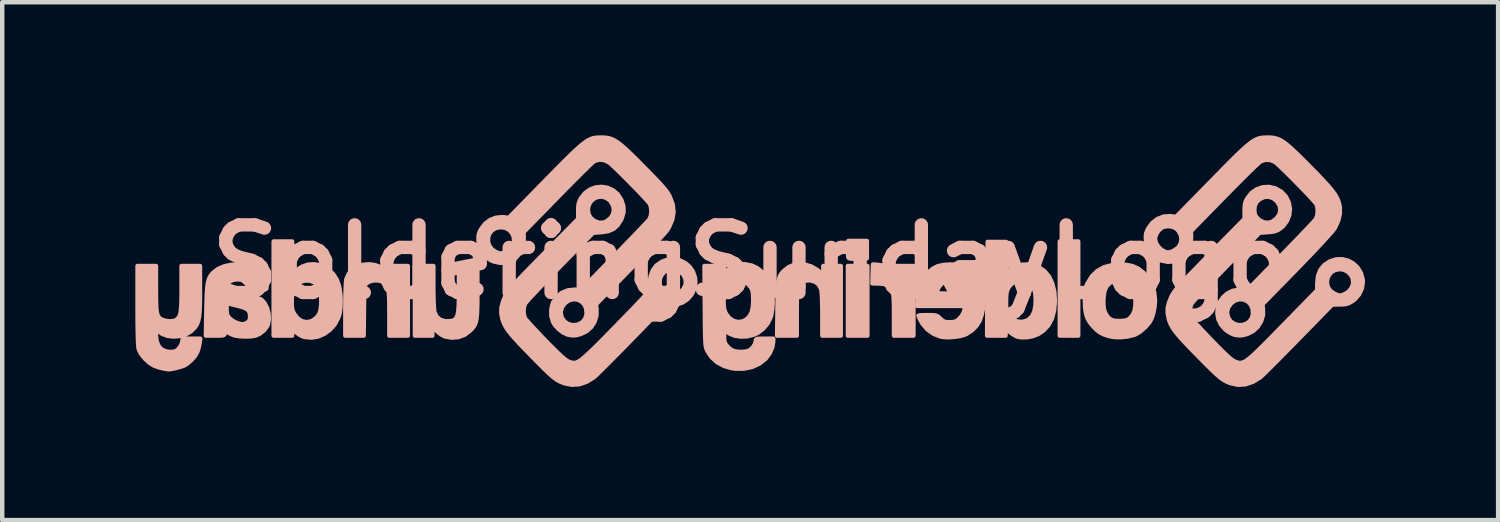
<source format=kicad_pcb>
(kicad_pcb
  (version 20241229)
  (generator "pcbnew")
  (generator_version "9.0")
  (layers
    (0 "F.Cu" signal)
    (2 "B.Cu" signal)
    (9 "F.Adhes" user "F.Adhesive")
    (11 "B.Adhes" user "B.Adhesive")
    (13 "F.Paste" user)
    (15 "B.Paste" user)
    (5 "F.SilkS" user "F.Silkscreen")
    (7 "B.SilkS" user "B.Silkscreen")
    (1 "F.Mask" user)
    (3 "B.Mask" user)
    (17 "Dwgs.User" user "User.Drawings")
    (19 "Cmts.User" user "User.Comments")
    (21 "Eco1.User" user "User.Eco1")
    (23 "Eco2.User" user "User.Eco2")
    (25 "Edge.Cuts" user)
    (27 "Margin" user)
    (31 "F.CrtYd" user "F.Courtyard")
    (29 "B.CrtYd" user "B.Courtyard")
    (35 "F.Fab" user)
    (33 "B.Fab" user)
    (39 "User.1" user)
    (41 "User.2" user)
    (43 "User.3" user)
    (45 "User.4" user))
  (footprint "SolderingSundayLogo"
    (layer "F.Cu")
    (at 13.869 2.853)
    (property "Reference" "SolderingSundayLogo" (at 0 0 0) (layer "B.SilkS") (effects (font (size 1.524 1.524) (thickness 0.3))))
    (attr through_hole)
    (fp_poly (pts (xy 2.63 1.661) (xy 2.411 1.661) (xy 2.192 1.661) (xy 2.192 0.877) (xy 2.192 0.092) (xy 2.411 0.092) (xy 2.63 0.092) (xy 2.63 0.877) (xy 2.63 1.661)) (stroke (width 0.1) (type solid)) (fill yes) (layer "B.SilkS"))
    (fp_poly (pts (xy 7.382 1.661) (xy 7.175 1.661) (xy 6.967 1.661) (xy 6.967 0.6) (xy 6.967 -0.461) (xy 7.175 -0.461) (xy 7.382 -0.461) (xy 7.382 0.6) (xy 7.382 1.661)) (stroke (width 0.1) (type solid)) (fill yes) (layer "B.SilkS"))
    (fp_poly (pts (xy 2.618 -0.081) (xy 2.416 -0.074) (xy 2.313 -0.072) (xy 2.247 -0.076) (xy 2.212 -0.087) (xy 2.202 -0.099) (xy 2.197 -0.137) (xy 2.195 -0.206) (xy 2.196 -0.293) (xy 2.196 -0.302) (xy 2.203 -0.473) (xy 2.411 -0.473) (xy 2.618 -0.473) (xy 2.618 -0.277) (xy 2.618 -0.081)) (stroke (width 0.1) (type solid)) (fill yes) (layer "B.SilkS"))
    (fp_poly (pts (xy 3.668 1.661) (xy 3.449 1.661) (xy 3.23 1.661) (xy 3.23 1.187) (xy 3.229 1.009) (xy 3.226 0.87) (xy 3.219 0.765) (xy 3.207 0.688) (xy 3.188 0.631) (xy 3.161 0.59) (xy 3.125 0.557) (xy 3.084 0.53) (xy 2.995 0.495) (xy 2.877 0.485) (xy 2.744 0.484) (xy 2.75 0.271) (xy 2.757 0.058) (xy 2.826 0.062) (xy 2.947 0.077) (xy 3.041 0.107) (xy 3.128 0.158) (xy 3.149 0.174) (xy 3.253 0.253) (xy 3.253 0.173) (xy 3.253 0.092) (xy 3.46 0.092) (xy 3.668 0.092) (xy 3.668 0.877) (xy 3.668 1.661)) (stroke (width 0.1) (type solid)) (fill yes) (layer "B.SilkS"))
    (fp_poly (pts (xy -7.728 1.661) (xy -7.936 1.661) (xy -8.144 1.661) (xy -8.144 1.151) (xy -8.145 0.961) (xy -8.148 0.812) (xy -8.155 0.698) (xy -8.167 0.612) (xy -8.185 0.55) (xy -8.21 0.506) (xy -8.243 0.474) (xy -8.284 0.449) (xy -8.377 0.419) (xy -8.482 0.415) (xy -8.579 0.435) (xy -8.644 0.471) (xy -8.709 0.527) (xy -8.716 1.094) (xy -8.723 1.661) (xy -8.93 1.661) (xy -9.136 1.661) (xy -9.136 1.067) (xy -9.135 0.884) (xy -9.132 0.721) (xy -9.127 0.582) (xy -9.122 0.474) (xy -9.115 0.404) (xy -9.111 0.385) (xy -9.056 0.265) (xy -8.969 0.171) (xy -8.859 0.104) (xy -8.732 0.064) (xy -8.595 0.054) (xy -8.458 0.074) (xy -8.327 0.126) (xy -8.21 0.211) (xy -8.185 0.236) (xy -8.121 0.305) (xy -8.121 0.199) (xy -8.121 0.092) (xy -7.925 0.092) (xy -7.728 0.092) (xy -7.728 0.877) (xy -7.728 1.661)) (stroke (width 0.1) (type solid)) (fill yes) (layer "B.SilkS"))
    (fp_poly (pts (xy 2.03 1.661) (xy 1.823 1.661) (xy 1.615 1.661) (xy 1.615 1.182) (xy 1.614 1.033) (xy 1.61 0.893) (xy 1.606 0.773) (xy 1.599 0.681) (xy 1.592 0.624) (xy 1.591 0.619) (xy 1.542 0.518) (xy 1.461 0.45) (xy 1.354 0.417) (xy 1.314 0.415) (xy 1.195 0.427) (xy 1.112 0.463) (xy 1.064 0.523) (xy 1.054 0.568) (xy 1.047 0.657) (xy 1.042 0.787) (xy 1.039 0.956) (xy 1.038 1.12) (xy 1.038 1.661) (xy 0.817 1.661) (xy 0.596 1.661) (xy 0.604 1.044) (xy 0.607 0.843) (xy 0.611 0.683) (xy 0.617 0.557) (xy 0.626 0.46) (xy 0.639 0.386) (xy 0.656 0.329) (xy 0.68 0.283) (xy 0.711 0.243) (xy 0.749 0.202) (xy 0.752 0.2) (xy 0.858 0.116) (xy 0.977 0.068) (xy 1.059 0.054) (xy 1.21 0.058) (xy 1.361 0.101) (xy 1.496 0.179) (xy 1.536 0.212) (xy 1.638 0.306) (xy 1.638 0.199) (xy 1.638 0.092) (xy 1.834 0.092) (xy 2.03 0.092) (xy 2.03 0.877) (xy 2.03 1.661)) (stroke (width 0.1) (type solid)) (fill yes) (layer "B.SilkS"))
    (fp_poly (pts (xy -6.16 0.672) (xy -6.16 0.874) (xy -6.163 1.036) (xy -6.168 1.164) (xy -6.177 1.264) (xy -6.191 1.341) (xy -6.212 1.402) (xy -6.24 1.453) (xy -6.276 1.499) (xy -6.321 1.546) (xy -6.446 1.641) (xy -6.589 1.695) (xy -6.745 1.706) (xy -6.898 1.677) (xy -6.959 1.646) (xy -7.031 1.594) (xy -7.076 1.553) (xy -7.175 1.455) (xy -7.175 1.558) (xy -7.175 1.661) (xy -7.371 1.661) (xy -7.567 1.661) (xy -7.567 0.877) (xy -7.567 0.092) (xy -7.359 0.092) (xy -7.152 0.092) (xy -7.152 0.571) (xy -7.15 0.721) (xy -7.147 0.86) (xy -7.142 0.98) (xy -7.136 1.072) (xy -7.129 1.129) (xy -7.128 1.135) (xy -7.079 1.235) (xy -6.998 1.303) (xy -6.891 1.336) (xy -6.848 1.338) (xy -6.772 1.335) (xy -6.712 1.325) (xy -6.665 1.301) (xy -6.63 1.259) (xy -6.605 1.195) (xy -6.589 1.103) (xy -6.58 0.98) (xy -6.576 0.821) (xy -6.575 0.62) (xy -6.575 0.612) (xy -6.575 0.092) (xy -6.367 0.092) (xy -6.16 0.092) (xy -6.16 0.672)) (stroke (width 0.1) (type solid)) (fill yes) (layer "B.SilkS"))
    (fp_poly (pts (xy 6.856 0.874) (xy 6.839 1.09) (xy 6.791 1.274) (xy 6.71 1.426) (xy 6.596 1.548) (xy 6.483 1.624) (xy 6.423 1.648) (xy 6.423 0.877) (xy 6.42 0.766) (xy 6.41 0.685) (xy 6.39 0.621) (xy 6.373 0.586) (xy 6.303 0.496) (xy 6.211 0.439) (xy 6.108 0.416) (xy 6.003 0.428) (xy 5.906 0.472) (xy 5.827 0.551) (xy 5.804 0.588) (xy 5.779 0.648) (xy 5.764 0.715) (xy 5.757 0.806) (xy 5.756 0.89) (xy 5.757 0.993) (xy 5.763 1.064) (xy 5.776 1.117) (xy 5.8 1.164) (xy 5.821 1.197) (xy 5.905 1.289) (xy 6.005 1.342) (xy 6.114 1.354) (xy 6.223 1.324) (xy 6.262 1.303) (xy 6.34 1.228) (xy 6.392 1.124) (xy 6.418 0.986) (xy 6.423 0.877) (xy 6.423 1.648) (xy 6.364 1.671) (xy 6.23 1.697) (xy 6.098 1.7) (xy 6.009 1.684) (xy 5.951 1.656) (xy 5.88 1.609) (xy 5.842 1.579) (xy 5.744 1.496) (xy 5.744 1.578) (xy 5.744 1.661) (xy 5.537 1.661) (xy 5.329 1.661) (xy 5.335 0.606) (xy 5.341 -0.45) (xy 5.548 -0.45) (xy 5.756 -0.45) (xy 5.762 -0.09) (xy 5.769 0.27) (xy 5.85 0.193) (xy 5.969 0.111) (xy 6.11 0.065) (xy 6.263 0.057) (xy 6.33 0.065) (xy 6.486 0.116) (xy 6.617 0.204) (xy 6.721 0.326) (xy 6.796 0.482) (xy 6.842 0.667) (xy 6.856 0.874)) (stroke (width 0.1) (type solid)) (fill yes) (layer "B.SilkS"))
    (fp_poly (pts (xy -9.242 0.877) (xy -9.245 1.003) (xy -9.254 1.099) (xy -9.27 1.179) (xy -9.296 1.257) (xy -9.373 1.404) (xy -9.48 1.526) (xy -9.607 1.619) (xy -9.678 1.65) (xy -9.678 0.877) (xy -9.683 0.735) (xy -9.702 0.629) (xy -9.736 0.551) (xy -9.791 0.49) (xy -9.835 0.459) (xy -9.931 0.423) (xy -10.04 0.419) (xy -10.145 0.447) (xy -10.22 0.496) (xy -10.281 0.573) (xy -10.321 0.668) (xy -10.341 0.791) (xy -10.345 0.9) (xy -10.343 0.999) (xy -10.333 1.07) (xy -10.31 1.131) (xy -10.284 1.179) (xy -10.206 1.277) (xy -10.111 1.338) (xy -10.008 1.359) (xy -9.904 1.338) (xy -9.85 1.309) (xy -9.775 1.248) (xy -9.724 1.176) (xy -9.693 1.085) (xy -9.68 0.965) (xy -9.678 0.877) (xy -9.678 1.65) (xy -9.75 1.681) (xy -9.899 1.706) (xy -10.048 1.692) (xy -10.101 1.676) (xy -10.167 1.642) (xy -10.238 1.59) (xy -10.257 1.573) (xy -10.335 1.498) (xy -10.335 1.58) (xy -10.335 1.661) (xy -10.543 1.661) (xy -10.751 1.661) (xy -10.751 0.6) (xy -10.751 -0.461) (xy -10.543 -0.461) (xy -10.335 -0.461) (xy -10.335 -0.089) (xy -10.335 0.283) (xy -10.235 0.19) (xy -10.112 0.107) (xy -9.972 0.061) (xy -9.823 0.054) (xy -9.676 0.085) (xy -9.54 0.156) (xy -9.533 0.161) (xy -9.416 0.268) (xy -9.33 0.398) (xy -9.274 0.556) (xy -9.246 0.746) (xy -9.242 0.877)) (stroke (width 0.1) (type solid)) (fill yes) (layer "B.SilkS"))
    (fp_poly (pts (xy 9.113 0.877) (xy 9.102 1.018) (xy 9.072 1.163) (xy 9.064 1.19) (xy 9.031 1.283) (xy 8.989 1.358) (xy 8.929 1.431) (xy 8.886 1.476) (xy 8.772 1.575) (xy 8.674 1.632) (xy 8.674 0.883) (xy 8.66 0.716) (xy 8.619 0.586) (xy 8.55 0.493) (xy 8.454 0.436) (xy 8.331 0.415) (xy 8.32 0.415) (xy 8.189 0.43) (xy 8.088 0.476) (xy 8.015 0.556) (xy 7.97 0.67) (xy 7.951 0.822) (xy 7.949 0.877) (xy 7.952 0.987) (xy 7.962 1.066) (xy 7.982 1.131) (xy 8.001 1.17) (xy 8.055 1.253) (xy 8.121 1.304) (xy 8.209 1.329) (xy 8.328 1.332) (xy 8.333 1.332) (xy 8.425 1.325) (xy 8.486 1.31) (xy 8.532 1.283) (xy 8.549 1.268) (xy 8.612 1.194) (xy 8.651 1.104) (xy 8.67 0.987) (xy 8.674 0.883) (xy 8.674 1.632) (xy 8.666 1.636) (xy 8.64 1.646) (xy 8.497 1.681) (xy 8.341 1.697) (xy 8.189 1.693) (xy 8.08 1.673) (xy 7.964 1.635) (xy 7.876 1.592) (xy 7.797 1.532) (xy 7.726 1.461) (xy 7.646 1.364) (xy 7.591 1.267) (xy 7.556 1.157) (xy 7.537 1.024) (xy 7.532 0.865) (xy 7.534 0.747) (xy 7.538 0.663) (xy 7.549 0.598) (xy 7.568 0.54) (xy 7.593 0.484) (xy 7.69 0.326) (xy 7.815 0.204) (xy 7.968 0.119) (xy 8.148 0.072) (xy 8.305 0.06) (xy 8.474 0.068) (xy 8.611 0.097) (xy 8.729 0.15) (xy 8.84 0.233) (xy 8.885 0.277) (xy 8.96 0.357) (xy 9.01 0.429) (xy 9.046 0.51) (xy 9.064 0.564) (xy 9.097 0.705) (xy 9.112 0.85) (xy 9.113 0.877)) (stroke (width 0.1) (type solid)) (fill yes) (layer "B.SilkS"))
    (fp_poly (pts (xy 5.253 0.877) (xy 5.238 1.032) (xy 5.208 1.186) (xy 5.164 1.318) (xy 5.164 1.319) (xy 5.092 1.436) (xy 4.989 1.541) (xy 4.867 1.621) (xy 4.825 1.639) (xy 4.825 0.715) (xy 4.809 0.663) (xy 4.755 0.548) (xy 4.676 0.461) (xy 4.579 0.407) (xy 4.494 0.392) (xy 4.417 0.411) (xy 4.338 0.461) (xy 4.267 0.53) (xy 4.217 0.606) (xy 4.199 0.675) (xy 4.203 0.691) (xy 4.219 0.702) (xy 4.255 0.709) (xy 4.319 0.713) (xy 4.415 0.715) (xy 4.512 0.715) (xy 4.825 0.715) (xy 4.825 1.639) (xy 4.803 1.648) (xy 4.698 1.675) (xy 4.572 1.691) (xy 4.445 1.698) (xy 4.333 1.692) (xy 4.284 1.683) (xy 4.122 1.62) (xy 3.982 1.521) (xy 3.873 1.393) (xy 3.84 1.335) (xy 3.808 1.271) (xy 3.788 1.226) (xy 3.783 1.212) (xy 3.805 1.206) (xy 3.862 1.202) (xy 3.944 1.2) (xy 3.989 1.2) (xy 4.087 1.2) (xy 4.152 1.205) (xy 4.196 1.216) (xy 4.23 1.238) (xy 4.269 1.275) (xy 4.275 1.28) (xy 4.328 1.328) (xy 4.376 1.352) (xy 4.439 1.36) (xy 4.483 1.361) (xy 4.569 1.356) (xy 4.629 1.338) (xy 4.682 1.301) (xy 4.763 1.213) (xy 4.811 1.117) (xy 4.822 1.051) (xy 4.822 0.992) (xy 4.288 0.992) (xy 3.754 0.992) (xy 3.769 0.825) (xy 3.799 0.624) (xy 3.853 0.459) (xy 3.931 0.322) (xy 4 0.242) (xy 4.104 0.155) (xy 4.214 0.098) (xy 4.344 0.068) (xy 4.505 0.058) (xy 4.51 0.058) (xy 4.703 0.079) (xy 4.87 0.136) (xy 5.009 0.23) (xy 5.119 0.359) (xy 5.198 0.521) (xy 5.245 0.716) (xy 5.248 0.741) (xy 5.253 0.877)) (stroke (width 0.1) (type solid)) (fill yes) (layer "B.SilkS"))
    (fp_poly (pts (xy -12.406 1.73) (xy -12.423 1.84) (xy -12.44 1.927) (xy -12.465 2.01) (xy -12.473 2.03) (xy -12.525 2.119) (xy -12.605 2.212) (xy -12.697 2.291) (xy -12.758 2.33) (xy -12.813 2.352) (xy -12.891 2.375) (xy -12.977 2.397) (xy -13.055 2.413) (xy -13.112 2.42) (xy -13.125 2.42) (xy -13.154 2.415) (xy -13.212 2.405) (xy -13.248 2.398) (xy -13.341 2.376) (xy -13.437 2.341) (xy -13.461 2.33) (xy -13.555 2.27) (xy -13.648 2.184) (xy -13.728 2.088) (xy -13.782 1.993) (xy -13.791 1.966) (xy -13.8 1.92) (xy -13.806 1.838) (xy -13.811 1.72) (xy -13.815 1.562) (xy -13.818 1.363) (xy -13.819 1.121) (xy -13.819 0.984) (xy -13.819 0.092) (xy -13.611 0.092) (xy -13.404 0.092) (xy -13.404 0.612) (xy -13.403 0.799) (xy -13.4 0.945) (xy -13.394 1.057) (xy -13.384 1.14) (xy -13.368 1.2) (xy -13.346 1.242) (xy -13.316 1.273) (xy -13.276 1.298) (xy -13.266 1.303) (xy -13.201 1.324) (xy -13.118 1.337) (xy -13.085 1.338) (xy -13.004 1.332) (xy -12.949 1.31) (xy -12.914 1.28) (xy -12.888 1.249) (xy -12.867 1.211) (xy -12.852 1.159) (xy -12.841 1.089) (xy -12.834 0.994) (xy -12.829 0.869) (xy -12.827 0.708) (xy -12.827 0.55) (xy -12.827 0.092) (xy -12.619 0.092) (xy -12.412 0.092) (xy -12.412 0.642) (xy -12.412 0.843) (xy -12.416 1.004) (xy -12.422 1.131) (xy -12.432 1.231) (xy -12.448 1.31) (xy -12.468 1.374) (xy -12.496 1.429) (xy -12.526 1.475) (xy -12.616 1.565) (xy -12.733 1.631) (xy -12.867 1.67) (xy -13.008 1.682) (xy -13.143 1.666) (xy -13.264 1.62) (xy -13.332 1.571) (xy -13.404 1.504) (xy -13.404 1.641) (xy -13.389 1.789) (xy -13.344 1.901) (xy -13.269 1.979) (xy -13.164 2.021) (xy -13.073 2.03) (xy -12.995 2.024) (xy -12.94 2.002) (xy -12.896 1.964) (xy -12.848 1.898) (xy -12.816 1.824) (xy -12.814 1.814) (xy -12.799 1.73) (xy -12.603 1.73) (xy -12.406 1.73)) (stroke (width 0.1) (type solid)) (fill yes) (layer "B.SilkS"))
    (fp_poly (pts (xy -10.86 1.287) (xy -10.879 1.403) (xy -10.897 1.447) (xy -10.969 1.543) (xy -11.069 1.62) (xy -11.161 1.66) (xy -11.256 1.676) (xy -11.282 1.677) (xy -11.282 1.23) (xy -11.288 1.156) (xy -11.312 1.1) (xy -11.36 1.057) (xy -11.44 1.022) (xy -11.557 0.99) (xy -11.583 0.983) (xy -11.666 0.963) (xy -11.735 0.945) (xy -11.771 0.933) (xy -11.794 0.93) (xy -11.806 0.947) (xy -11.811 0.994) (xy -11.812 1.058) (xy -11.809 1.143) (xy -11.796 1.2) (xy -11.768 1.247) (xy -11.748 1.269) (xy -11.675 1.329) (xy -11.579 1.377) (xy -11.485 1.404) (xy -11.458 1.406) (xy -11.405 1.396) (xy -11.366 1.381) (xy -11.311 1.342) (xy -11.286 1.291) (xy -11.282 1.23) (xy -11.282 1.677) (xy -11.375 1.682) (xy -11.498 1.677) (xy -11.606 1.662) (xy -11.66 1.648) (xy -11.729 1.617) (xy -11.784 1.584) (xy -11.792 1.577) (xy -11.822 1.555) (xy -11.838 1.568) (xy -11.848 1.601) (xy -11.857 1.629) (xy -11.873 1.647) (xy -11.905 1.657) (xy -11.963 1.66) (xy -12.057 1.661) (xy -12.07 1.661) (xy -12.278 1.661) (xy -12.268 1.09) (xy -12.263 0.888) (xy -12.258 0.725) (xy -12.249 0.597) (xy -12.237 0.498) (xy -12.22 0.42) (xy -12.198 0.359) (xy -12.168 0.308) (xy -12.131 0.261) (xy -12.117 0.246) (xy -12.005 0.16) (xy -11.866 0.1) (xy -11.71 0.066) (xy -11.545 0.058) (xy -11.384 0.076) (xy -11.234 0.12) (xy -11.108 0.191) (xy -11.056 0.236) (xy -10.994 0.32) (xy -10.944 0.423) (xy -10.916 0.526) (xy -10.912 0.568) (xy -10.914 0.595) (xy -10.927 0.611) (xy -10.959 0.619) (xy -11.02 0.622) (xy -11.108 0.623) (xy -11.205 0.622) (xy -11.265 0.617) (xy -11.295 0.606) (xy -11.304 0.589) (xy -11.304 0.586) (xy -11.32 0.549) (xy -11.359 0.496) (xy -11.383 0.471) (xy -11.439 0.421) (xy -11.492 0.398) (xy -11.565 0.392) (xy -11.575 0.392) (xy -11.675 0.407) (xy -11.753 0.449) (xy -11.801 0.509) (xy -11.812 0.561) (xy -11.802 0.612) (xy -11.768 0.648) (xy -11.703 0.675) (xy -11.613 0.695) (xy -11.42 0.732) (xy -11.259 0.769) (xy -11.135 0.805) (xy -11.052 0.839) (xy -11.029 0.852) (xy -10.956 0.93) (xy -10.901 1.037) (xy -10.868 1.161) (xy -10.86 1.287)) (stroke (width 0.1) (type solid)) (fill yes) (layer "B.SilkS"))
    (fp_poly (pts (xy 0.508 1.795) (xy 0.488 1.92) (xy 0.433 2.048) (xy 0.349 2.166) (xy 0.324 2.193) (xy 0.189 2.296) (xy 0.028 2.368) (xy -0.152 2.405) (xy -0.341 2.406) (xy -0.412 2.397) (xy -0.596 2.346) (xy -0.754 2.262) (xy -0.882 2.147) (xy -0.972 2.012) (xy -0.986 1.984) (xy -0.997 1.956) (xy -1.006 1.923) (xy -1.013 1.882) (xy -1.019 1.826) (xy -1.023 1.751) (xy -1.026 1.653) (xy -1.029 1.527) (xy -1.031 1.368) (xy -1.032 1.171) (xy -1.034 0.998) (xy -1.041 0.092) (xy -0.82 0.092) (xy -0.6 0.092) (xy -0.6 0.178) (xy -0.6 0.263) (xy -0.525 0.19) (xy -0.407 0.102) (xy -0.276 0.056) (xy -0.129 0.052) (xy 0.023 0.083) (xy 0.141 0.138) (xy 0.256 0.226) (xy 0.357 0.337) (xy 0.432 0.459) (xy 0.452 0.508) (xy 0.479 0.623) (xy 0.493 0.766) (xy 0.495 0.921) (xy 0.485 1.072) (xy 0.463 1.203) (xy 0.451 1.245) (xy 0.383 1.383) (xy 0.281 1.505) (xy 0.158 1.599) (xy 0.077 1.637) (xy 0.058 1.642) (xy 0.058 0.865) (xy 0.055 0.754) (xy 0.047 0.676) (xy 0.031 0.618) (xy 0.011 0.577) (xy -0.062 0.493) (xy -0.157 0.44) (xy -0.264 0.418) (xy -0.37 0.431) (xy -0.465 0.479) (xy -0.485 0.497) (xy -0.546 0.573) (xy -0.586 0.669) (xy -0.606 0.793) (xy -0.61 0.9) (xy -0.607 1.002) (xy -0.595 1.076) (xy -0.571 1.141) (xy -0.553 1.174) (xy -0.478 1.27) (xy -0.383 1.331) (xy -0.279 1.356) (xy -0.174 1.34) (xy -0.096 1.298) (xy -0.023 1.225) (xy 0.025 1.13) (xy 0.051 1.005) (xy 0.058 0.865) (xy 0.058 1.642) (xy -0.073 1.676) (xy -0.225 1.683) (xy -0.367 1.66) (xy -0.489 1.608) (xy -0.548 1.564) (xy -0.6 1.515) (xy -0.6 1.667) (xy -0.597 1.756) (xy -0.586 1.815) (xy -0.562 1.862) (xy -0.539 1.891) (xy -0.482 1.947) (xy -0.421 1.992) (xy -0.414 1.996) (xy -0.335 2.02) (xy -0.235 2.029) (xy -0.133 2.024) (xy -0.048 2.004) (xy -0.024 1.992) (xy 0.044 1.935) (xy 0.094 1.859) (xy 0.115 1.783) (xy 0.115 1.779) (xy 0.119 1.755) (xy 0.134 1.741) (xy 0.171 1.733) (xy 0.239 1.731) (xy 0.311 1.73) (xy 0.508 1.73) (xy 0.508 1.795)) (stroke (width 0.1) (type solid)) (fill yes) (layer "B.SilkS"))
    (fp_poly (pts (xy 13.279 -1.09) (xy 13.244 -0.935) (xy 13.175 -0.783) (xy 13.153 -0.746) (xy 13.119 -0.702) (xy 13.056 -0.629) (xy 12.968 -0.532) (xy 12.859 -0.413) (xy 12.732 -0.277) (xy 12.591 -0.129) (xy 12.439 0.029) (xy 12.299 0.173) (xy 11.532 0.957) (xy 11.546 1.056) (xy 11.546 1.2) (xy 11.505 1.337) (xy 11.43 1.459) (xy 11.326 1.557) (xy 11.32 1.56) (xy 11.32 1.161) (xy 11.311 1.047) (xy 11.267 0.954) (xy 11.197 0.886) (xy 11.109 0.847) (xy 11.012 0.84) (xy 10.913 0.871) (xy 10.829 0.932) (xy 10.76 1.029) (xy 10.735 1.134) (xy 10.756 1.245) (xy 10.759 1.253) (xy 10.818 1.342) (xy 10.904 1.4) (xy 11.003 1.427) (xy 11.107 1.419) (xy 11.203 1.375) (xy 11.24 1.343) (xy 11.291 1.279) (xy 11.315 1.204) (xy 11.32 1.161) (xy 11.32 1.56) (xy 11.198 1.621) (xy 11.186 1.625) (xy 11.091 1.65) (xy 11.016 1.657) (xy 10.94 1.647) (xy 10.885 1.634) (xy 10.818 1.605) (xy 10.741 1.557) (xy 10.703 1.528) (xy 10.603 1.416) (xy 10.542 1.292) (xy 10.518 1.163) (xy 10.528 1.034) (xy 10.57 0.913) (xy 10.641 0.805) (xy 10.737 0.717) (xy 10.857 0.655) (xy 10.998 0.626) (xy 11.086 0.627) (xy 11.195 0.635) (xy 11.946 -0.133) (xy 12.101 -0.291) (xy 12.246 -0.441) (xy 12.379 -0.579) (xy 12.496 -0.701) (xy 12.594 -0.805) (xy 12.67 -0.886) (xy 12.72 -0.94) (xy 12.739 -0.964) (xy 12.767 -1.037) (xy 12.78 -1.132) (xy 12.775 -1.227) (xy 12.754 -1.299) (xy 12.727 -1.335) (xy 12.673 -1.397) (xy 12.597 -1.48) (xy 12.503 -1.579) (xy 12.399 -1.687) (xy 12.288 -1.8) (xy 12.178 -1.912) (xy 12.072 -2.017) (xy 11.977 -2.109) (xy 11.898 -2.184) (xy 11.84 -2.235) (xy 11.815 -2.255) (xy 11.703 -2.299) (xy 11.588 -2.3) (xy 11.495 -2.267) (xy 11.464 -2.242) (xy 11.405 -2.188) (xy 11.32 -2.108) (xy 11.215 -2.005) (xy 11.091 -1.883) (xy 10.953 -1.745) (xy 10.805 -1.595) (xy 10.673 -1.46) (xy 9.923 -0.694) (xy 9.926 -0.547) (xy 9.908 -0.39) (xy 9.855 -0.255) (xy 9.772 -0.145) (xy 9.71 -0.097) (xy 9.71 -0.509) (xy 9.693 -0.611) (xy 9.638 -0.706) (xy 9.583 -0.759) (xy 9.505 -0.795) (xy 9.408 -0.807) (xy 9.311 -0.793) (xy 9.275 -0.778) (xy 9.207 -0.724) (xy 9.15 -0.644) (xy 9.117 -0.557) (xy 9.113 -0.519) (xy 9.133 -0.429) (xy 9.187 -0.34) (xy 9.263 -0.268) (xy 9.298 -0.248) (xy 9.365 -0.218) (xy 9.419 -0.211) (xy 9.478 -0.226) (xy 9.542 -0.255) (xy 9.634 -0.321) (xy 9.69 -0.409) (xy 9.71 -0.509) (xy 9.71 -0.097) (xy 9.665 -0.063) (xy 9.54 -0.015) (xy 9.402 -0.002) (xy 9.258 -0.031) (xy 9.18 -0.063) (xy 9.056 -0.145) (xy 8.972 -0.245) (xy 8.924 -0.371) (xy 8.909 -0.484) (xy 8.906 -0.576) (xy 8.914 -0.644) (xy 8.937 -0.706) (xy 8.963 -0.758) (xy 9.053 -0.879) (xy 9.17 -0.968) (xy 9.305 -1.02) (xy 9.45 -1.032) (xy 9.48 -1.029) (xy 9.589 -1.015) (xy 10.387 -1.829) (xy 10.587 -2.033) (xy 10.758 -2.207) (xy 10.903 -2.352) (xy 11.026 -2.471) (xy 11.13 -2.568) (xy 11.219 -2.643) (xy 11.294 -2.701) (xy 11.36 -2.742) (xy 11.419 -2.771) (xy 11.476 -2.789) (xy 11.533 -2.798) (xy 11.594 -2.802) (xy 11.65 -2.803) (xy 11.729 -2.801) (xy 11.801 -2.792) (xy 11.869 -2.773) (xy 11.939 -2.743) (xy 12.014 -2.696) (xy 12.099 -2.631) (xy 12.199 -2.544) (xy 12.317 -2.432) (xy 12.459 -2.293) (xy 12.613 -2.138) (xy 12.778 -1.97) (xy 12.912 -1.828) (xy 13.02 -1.71) (xy 13.103 -1.61) (xy 13.167 -1.523) (xy 13.212 -1.446) (xy 13.244 -1.373) (xy 13.265 -1.301) (xy 13.278 -1.236) (xy 13.279 -1.09)) (stroke (width 0.1) (type solid)) (fill yes) (layer "B.SilkS"))
    (fp_poly (pts (xy -1.739 -1.123) (xy -1.767 -0.955) (xy -1.84 -0.785) (xy -1.891 -0.705) (xy -1.92 -0.669) (xy -1.979 -0.604) (xy -2.062 -0.514) (xy -2.168 -0.401) (xy -2.291 -0.271) (xy -2.43 -0.127) (xy -2.579 0.028) (xy -2.722 0.174) (xy -3.488 0.957) (xy -3.474 1.062) (xy -3.476 1.21) (xy -3.518 1.348) (xy -3.596 1.469) (xy -3.698 1.56) (xy -3.698 1.161) (xy -3.708 1.047) (xy -3.751 0.954) (xy -3.821 0.886) (xy -3.909 0.847) (xy -4.007 0.84) (xy -4.106 0.871) (xy -4.19 0.932) (xy -4.259 1.029) (xy -4.283 1.134) (xy -4.263 1.245) (xy -4.26 1.253) (xy -4.2 1.342) (xy -4.115 1.4) (xy -4.015 1.427) (xy -3.911 1.419) (xy -3.815 1.375) (xy -3.778 1.343) (xy -3.728 1.279) (xy -3.704 1.204) (xy -3.698 1.161) (xy -3.698 1.56) (xy -3.702 1.564) (xy -3.833 1.625) (xy -3.928 1.65) (xy -4.002 1.657) (xy -4.078 1.647) (xy -4.133 1.634) (xy -4.227 1.591) (xy -4.322 1.519) (xy -4.405 1.431) (xy -4.455 1.351) (xy -4.492 1.221) (xy -4.494 1.078) (xy -4.463 0.942) (xy -4.45 0.91) (xy -4.368 0.788) (xy -4.256 0.697) (xy -4.12 0.642) (xy -3.967 0.625) (xy -3.932 0.627) (xy -3.823 0.635) (xy -3.072 -0.134) (xy -2.917 -0.292) (xy -2.772 -0.442) (xy -2.639 -0.58) (xy -2.522 -0.702) (xy -2.424 -0.806) (xy -2.348 -0.886) (xy -2.298 -0.941) (xy -2.279 -0.965) (xy -2.249 -1.041) (xy -2.238 -1.138) (xy -2.246 -1.234) (xy -2.273 -1.311) (xy -2.276 -1.316) (xy -2.31 -1.357) (xy -2.37 -1.424) (xy -2.453 -1.512) (xy -2.55 -1.615) (xy -2.658 -1.725) (xy -2.77 -1.839) (xy -2.88 -1.949) (xy -2.983 -2.05) (xy -3.072 -2.136) (xy -3.142 -2.202) (xy -3.187 -2.24) (xy -3.192 -2.244) (xy -3.298 -2.294) (xy -3.408 -2.306) (xy -3.511 -2.279) (xy -3.537 -2.264) (xy -3.566 -2.239) (xy -3.624 -2.184) (xy -3.707 -2.103) (xy -3.812 -2) (xy -3.934 -1.877) (xy -4.072 -1.739) (xy -4.22 -1.589) (xy -4.36 -1.446) (xy -5.118 -0.671) (xy -5.116 -0.524) (xy -5.133 -0.367) (xy -5.186 -0.232) (xy -5.269 -0.121) (xy -5.332 -0.074) (xy -5.332 -0.473) (xy -5.341 -0.568) (xy -5.38 -0.654) (xy -5.445 -0.725) (xy -5.536 -0.771) (xy -5.629 -0.784) (xy -5.74 -0.766) (xy -5.826 -0.716) (xy -5.886 -0.642) (xy -5.918 -0.554) (xy -5.921 -0.459) (xy -5.893 -0.367) (xy -5.833 -0.284) (xy -5.739 -0.22) (xy -5.733 -0.217) (xy -5.668 -0.193) (xy -5.614 -0.189) (xy -5.553 -0.208) (xy -5.5 -0.232) (xy -5.409 -0.297) (xy -5.354 -0.38) (xy -5.332 -0.473) (xy -5.332 -0.074) (xy -5.376 -0.04) (xy -5.502 0.008) (xy -5.639 0.021) (xy -5.784 -0.008) (xy -5.861 -0.04) (xy -5.985 -0.122) (xy -6.069 -0.222) (xy -6.118 -0.348) (xy -6.133 -0.46) (xy -6.135 -0.553) (xy -6.127 -0.621) (xy -6.105 -0.683) (xy -6.078 -0.735) (xy -5.989 -0.856) (xy -5.872 -0.945) (xy -5.737 -0.997) (xy -5.592 -1.009) (xy -5.562 -1.006) (xy -5.453 -0.992) (xy -4.644 -1.818) (xy -4.443 -2.023) (xy -4.27 -2.198) (xy -4.123 -2.344) (xy -3.999 -2.465) (xy -3.894 -2.562) (xy -3.805 -2.639) (xy -3.73 -2.697) (xy -3.663 -2.74) (xy -3.603 -2.769) (xy -3.547 -2.788) (xy -3.49 -2.798) (xy -3.431 -2.802) (xy -3.368 -2.803) (xy -3.289 -2.801) (xy -3.217 -2.792) (xy -3.149 -2.773) (xy -3.079 -2.742) (xy -3.003 -2.695) (xy -2.918 -2.63) (xy -2.818 -2.543) (xy -2.699 -2.431) (xy -2.557 -2.291) (xy -2.405 -2.137) (xy -2.258 -1.988) (xy -2.14 -1.867) (xy -2.048 -1.769) (xy -1.976 -1.689) (xy -1.922 -1.624) (xy -1.88 -1.568) (xy -1.848 -1.517) (xy -1.821 -1.466) (xy -1.821 -1.465) (xy -1.757 -1.293) (xy -1.739 -1.123)) (stroke (width 0.1) (type solid)) (fill yes) (layer "B.SilkS"))
    (fp_poly (pts (xy 13.796 0.458) (xy 13.774 0.598) (xy 13.713 0.73) (xy 13.619 0.84) (xy 13.578 0.87) (xy 13.578 0.499) (xy 13.576 0.395) (xy 13.535 0.3) (xy 13.464 0.224) (xy 13.37 0.175) (xy 13.28 0.162) (xy 13.172 0.18) (xy 13.087 0.231) (xy 13.026 0.306) (xy 12.993 0.394) (xy 12.988 0.489) (xy 13.014 0.581) (xy 13.073 0.661) (xy 13.157 0.716) (xy 13.219 0.744) (xy 13.258 0.757) (xy 13.293 0.756) (xy 13.343 0.743) (xy 13.362 0.737) (xy 13.454 0.69) (xy 13.529 0.611) (xy 13.574 0.515) (xy 13.578 0.499) (xy 13.578 0.87) (xy 13.554 0.888) (xy 13.486 0.926) (xy 13.424 0.947) (xy 13.349 0.957) (xy 13.274 0.959) (xy 13.107 0.96) (xy 12.336 1.75) (xy 12.179 1.91) (xy 12.029 2.062) (xy 11.89 2.203) (xy 11.766 2.327) (xy 11.66 2.433) (xy 11.575 2.516) (xy 11.516 2.572) (xy 11.486 2.599) (xy 11.32 2.701) (xy 11.152 2.758) (xy 10.983 2.769) (xy 10.814 2.733) (xy 10.725 2.696) (xy 10.676 2.669) (xy 10.624 2.636) (xy 10.566 2.591) (xy 10.497 2.531) (xy 10.412 2.451) (xy 10.307 2.348) (xy 10.176 2.217) (xy 10.12 2.16) (xy 9.954 1.991) (xy 9.819 1.85) (xy 9.71 1.733) (xy 9.624 1.634) (xy 9.558 1.551) (xy 9.508 1.479) (xy 9.472 1.413) (xy 9.445 1.35) (xy 9.424 1.285) (xy 9.424 1.284) (xy 9.399 1.155) (xy 9.4 1.037) (xy 9.429 0.915) (xy 9.483 0.785) (xy 9.5 0.751) (xy 9.52 0.717) (xy 9.545 0.679) (xy 9.577 0.636) (xy 9.62 0.584) (xy 9.675 0.522) (xy 9.745 0.445) (xy 9.833 0.353) (xy 9.94 0.241) (xy 10.069 0.109) (xy 10.222 -0.048) (xy 10.402 -0.231) (xy 10.611 -0.443) (xy 10.704 -0.537) (xy 11.131 -0.969) (xy 11.131 -1.148) (xy 11.134 -1.248) (xy 11.144 -1.319) (xy 11.165 -1.379) (xy 11.196 -1.437) (xy 11.289 -1.554) (xy 11.407 -1.636) (xy 11.54 -1.682) (xy 11.68 -1.69) (xy 11.82 -1.659) (xy 11.952 -1.586) (xy 11.955 -1.584) (xy 12.06 -1.476) (xy 12.126 -1.343) (xy 12.153 -1.201) (xy 12.14 -1.06) (xy 12.087 -0.925) (xy 12.001 -0.808) (xy 11.938 -0.756) (xy 11.938 -1.161) (xy 11.924 -1.261) (xy 11.919 -1.274) (xy 11.855 -1.375) (xy 11.769 -1.441) (xy 11.67 -1.471) (xy 11.567 -1.462) (xy 11.469 -1.415) (xy 11.399 -1.347) (xy 11.363 -1.271) (xy 11.35 -1.176) (xy 11.36 -1.082) (xy 11.388 -1.018) (xy 11.464 -0.941) (xy 11.558 -0.894) (xy 11.658 -0.879) (xy 11.75 -0.902) (xy 11.75 -0.903) (xy 11.847 -0.973) (xy 11.911 -1.062) (xy 11.938 -1.161) (xy 11.938 -0.756) (xy 11.932 -0.751) (xy 11.871 -0.713) (xy 11.81 -0.69) (xy 11.731 -0.677) (xy 11.65 -0.67) (xy 11.467 -0.657) (xy 10.718 0.109) (xy 10.564 0.267) (xy 10.419 0.417) (xy 10.287 0.556) (xy 10.17 0.679) (xy 10.073 0.783) (xy 9.999 0.865) (xy 9.95 0.92) (xy 9.932 0.944) (xy 9.903 1.04) (xy 9.9 1.149) (xy 9.924 1.249) (xy 9.94 1.28) (xy 9.968 1.316) (xy 10.023 1.378) (xy 10.101 1.463) (xy 10.196 1.565) (xy 10.305 1.679) (xy 10.402 1.78) (xy 10.539 1.92) (xy 10.649 2.03) (xy 10.737 2.114) (xy 10.805 2.174) (xy 10.86 2.216) (xy 10.904 2.242) (xy 10.924 2.251) (xy 10.967 2.266) (xy 11.007 2.276) (xy 11.047 2.278) (xy 11.089 2.269) (xy 11.137 2.248) (xy 11.193 2.211) (xy 11.262 2.157) (xy 11.345 2.083) (xy 11.447 1.986) (xy 11.569 1.865) (xy 11.716 1.717) (xy 11.89 1.54) (xy 12.001 1.426) (xy 12.769 0.641) (xy 12.77 0.476) (xy 12.788 0.313) (xy 12.84 0.18) (xy 12.928 0.073) (xy 13.051 -0.009) (xy 13.19 -0.056) (xy 13.329 -0.061) (xy 13.461 -0.029) (xy 13.58 0.035) (xy 13.679 0.129) (xy 13.752 0.247) (xy 13.791 0.385) (xy 13.796 0.458)) (stroke (width 0.1) (type solid)) (fill yes) (layer "B.SilkS"))
    (fp_poly (pts (xy -1.246 0.455) (xy -1.268 0.6) (xy -1.328 0.729) (xy -1.42 0.836) (xy -1.464 0.866) (xy -1.464 0.499) (xy -1.466 0.395) (xy -1.506 0.3) (xy -1.577 0.224) (xy -1.672 0.175) (xy -1.761 0.162) (xy -1.87 0.18) (xy -1.955 0.231) (xy -2.015 0.306) (xy -2.049 0.394) (xy -2.053 0.489) (xy -2.027 0.581) (xy -1.968 0.661) (xy -1.884 0.716) (xy -1.822 0.744) (xy -1.783 0.757) (xy -1.749 0.756) (xy -1.699 0.743) (xy -1.68 0.737) (xy -1.588 0.69) (xy -1.513 0.611) (xy -1.468 0.515) (xy -1.464 0.499) (xy -1.464 0.866) (xy -1.537 0.915) (xy -1.672 0.959) (xy -1.788 0.965) (xy -1.91 0.957) (xy -2.683 1.749) (xy -2.84 1.91) (xy -2.99 2.062) (xy -3.129 2.203) (xy -3.253 2.327) (xy -3.359 2.433) (xy -3.444 2.516) (xy -3.503 2.573) (xy -3.533 2.599) (xy -3.699 2.702) (xy -3.867 2.758) (xy -4.036 2.768) (xy -4.207 2.732) (xy -4.291 2.698) (xy -4.339 2.674) (xy -4.386 2.644) (xy -4.438 2.606) (xy -4.499 2.554) (xy -4.574 2.485) (xy -4.667 2.395) (xy -4.783 2.279) (xy -4.921 2.139) (xy -5.083 1.973) (xy -5.215 1.835) (xy -5.321 1.72) (xy -5.404 1.623) (xy -5.468 1.541) (xy -5.516 1.469) (xy -5.552 1.403) (xy -5.578 1.338) (xy -5.596 1.283) (xy -5.621 1.152) (xy -5.616 1.026) (xy -5.58 0.892) (xy -5.536 0.788) (xy -5.519 0.753) (xy -5.499 0.718) (xy -5.474 0.68) (xy -5.441 0.637) (xy -5.398 0.584) (xy -5.343 0.521) (xy -5.273 0.444) (xy -5.185 0.351) (xy -5.078 0.24) (xy -4.948 0.106) (xy -4.794 -0.051) (xy -4.613 -0.235) (xy -4.403 -0.448) (xy -4.326 -0.525) (xy -3.887 -0.969) (xy -3.887 -1.148) (xy -3.885 -1.248) (xy -3.875 -1.319) (xy -3.853 -1.379) (xy -3.823 -1.437) (xy -3.731 -1.552) (xy -3.618 -1.633) (xy -3.491 -1.679) (xy -3.358 -1.691) (xy -3.226 -1.67) (xy -3.104 -1.614) (xy -2.999 -1.526) (xy -2.919 -1.404) (xy -2.917 -1.4) (xy -2.869 -1.257) (xy -2.865 -1.121) (xy -2.906 -0.984) (xy -2.925 -0.943) (xy -3.002 -0.825) (xy -3.083 -0.754) (xy -3.083 -1.173) (xy -3.102 -1.276) (xy -3.162 -1.373) (xy -3.181 -1.393) (xy -3.272 -1.453) (xy -3.37 -1.473) (xy -3.467 -1.459) (xy -3.554 -1.413) (xy -3.622 -1.339) (xy -3.662 -1.243) (xy -3.668 -1.179) (xy -3.653 -1.07) (xy -3.603 -0.986) (xy -3.521 -0.921) (xy -3.417 -0.881) (xy -3.312 -0.887) (xy -3.257 -0.909) (xy -3.162 -0.98) (xy -3.104 -1.071) (xy -3.083 -1.173) (xy -3.083 -0.754) (xy -3.094 -0.744) (xy -3.21 -0.694) (xy -3.359 -0.67) (xy -3.368 -0.67) (xy -3.552 -0.657) (xy -4.3 0.107) (xy -4.454 0.265) (xy -4.599 0.415) (xy -4.731 0.553) (xy -4.847 0.676) (xy -4.944 0.78) (xy -5.019 0.862) (xy -5.067 0.918) (xy -5.085 0.942) (xy -5.115 1.039) (xy -5.118 1.149) (xy -5.095 1.249) (xy -5.079 1.28) (xy -5.051 1.315) (xy -4.996 1.378) (xy -4.919 1.463) (xy -4.823 1.565) (xy -4.715 1.679) (xy -4.617 1.781) (xy -4.479 1.921) (xy -4.368 2.031) (xy -4.28 2.115) (xy -4.211 2.175) (xy -4.157 2.217) (xy -4.113 2.243) (xy -4.094 2.251) (xy -4.051 2.266) (xy -4.011 2.276) (xy -3.972 2.278) (xy -3.929 2.269) (xy -3.882 2.248) (xy -3.825 2.211) (xy -3.757 2.157) (xy -3.673 2.082) (xy -3.572 1.986) (xy -3.449 1.865) (xy -3.302 1.717) (xy -3.128 1.539) (xy -3.017 1.426) (xy -2.834 1.238) (xy -2.681 1.081) (xy -2.557 0.95) (xy -2.457 0.845) (xy -2.381 0.761) (xy -2.326 0.697) (xy -2.289 0.65) (xy -2.268 0.618) (xy -2.26 0.597) (xy -2.261 0.591) (xy -2.273 0.456) (xy -2.253 0.317) (xy -2.204 0.19) (xy -2.129 0.088) (xy -2.119 0.078) (xy -1.996 -0.007) (xy -1.864 -0.052) (xy -1.729 -0.06) (xy -1.599 -0.034) (xy -1.48 0.023) (xy -1.378 0.108) (xy -1.302 0.218) (xy -1.256 0.35) (xy -1.246 0.455)) (stroke (width 0.1) (type solid)) (fill yes) (layer "B.SilkS")))
  (gr_rect
    (start -3 -3)
    (end 30.715 8.672)
    (stroke (width 0.1) (type default))
    (fill no)
    (layer "Edge.Cuts")))
</source>
